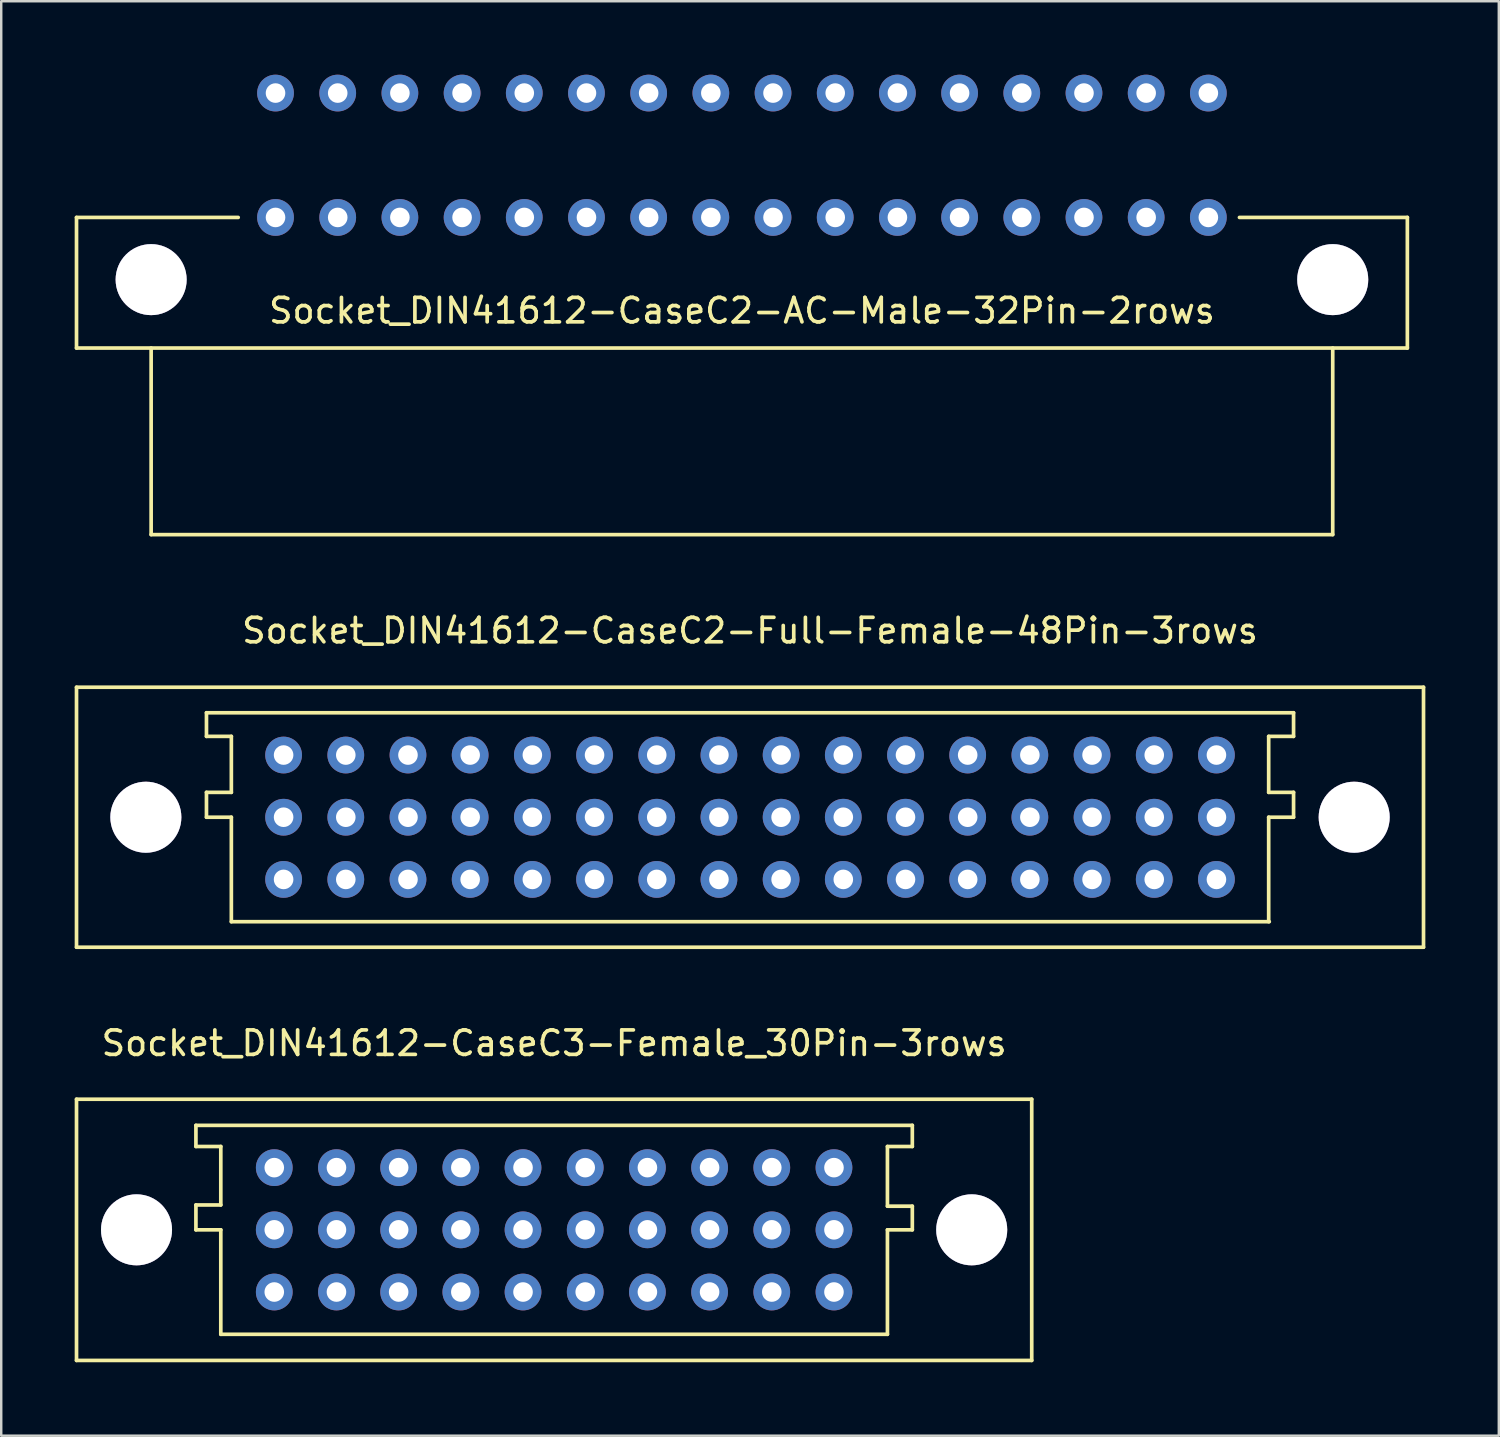
<source format=kicad_pcb>
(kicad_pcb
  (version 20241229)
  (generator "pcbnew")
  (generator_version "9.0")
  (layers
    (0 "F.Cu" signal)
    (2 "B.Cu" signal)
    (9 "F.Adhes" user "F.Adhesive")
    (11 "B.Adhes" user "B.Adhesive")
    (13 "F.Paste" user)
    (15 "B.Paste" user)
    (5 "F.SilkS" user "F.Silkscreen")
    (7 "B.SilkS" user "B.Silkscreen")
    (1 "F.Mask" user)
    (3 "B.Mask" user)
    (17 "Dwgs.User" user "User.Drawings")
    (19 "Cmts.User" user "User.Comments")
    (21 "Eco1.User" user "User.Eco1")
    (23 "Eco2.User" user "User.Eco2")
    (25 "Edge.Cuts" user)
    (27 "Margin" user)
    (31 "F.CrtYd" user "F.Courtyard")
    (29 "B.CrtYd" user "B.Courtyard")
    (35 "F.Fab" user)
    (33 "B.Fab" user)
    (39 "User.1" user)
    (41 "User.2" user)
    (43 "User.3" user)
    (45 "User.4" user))
  (footprint "Socket_DIN41612-CaseC2-Full-Female-48Pin-3rows"
    (layer "F.Cu")
    (at 27.583 30.328)
    (property "Reference" "Socket_DIN41612-CaseC2-Full-Female-48Pin-3rows" (at 0 -7.62 0) (layer "F.SilkS") (effects (font (size 1 1) (thickness 0.15))))
    (attr through_hole)
    (fp_line (start -27.508 -5.309) (end -27.508 5.309) (stroke (width 0.15) (type solid)) (layer "F.SilkS"))
    (fp_line (start -27.508 5.309) (end 27.508 5.309) (stroke (width 0.15) (type solid)) (layer "F.SilkS"))
    (fp_line (start -22.2 -3.302) (end -22.2 -4.267) (stroke (width 0.15) (type solid)) (layer "F.SilkS"))
    (fp_line (start -22.2 -1.016) (end -21.184 -1.016) (stroke (width 0.15) (type solid)) (layer "F.SilkS"))
    (fp_line (start -22.2 0) (end -22.2 -1.016) (stroke (width 0.15) (type solid)) (layer "F.SilkS"))
    (fp_line (start -21.184 -3.302) (end -22.2 -3.302) (stroke (width 0.15) (type solid)) (layer "F.SilkS"))
    (fp_line (start -21.184 -1.016) (end -21.184 -3.302) (stroke (width 0.15) (type solid)) (layer "F.SilkS"))
    (fp_line (start -21.184 0) (end -22.2 0) (stroke (width 0.15) (type solid)) (layer "F.SilkS"))
    (fp_line (start -21.184 4.267) (end -21.184 0) (stroke (width 0.15) (type solid)) (layer "F.SilkS"))
    (fp_line (start 21.184 -3.302) (end 22.2 -3.302) (stroke (width 0.15) (type solid)) (layer "F.SilkS"))
    (fp_line (start 21.184 -1.016) (end 21.184 -3.302) (stroke (width 0.15) (type solid)) (layer "F.SilkS"))
    (fp_line (start 21.184 0) (end 22.2 0) (stroke (width 0.15) (type solid)) (layer "F.SilkS"))
    (fp_line (start 21.184 4.267) (end 21.184 0) (stroke (width 0.15) (type solid)) (layer "F.SilkS"))
    (fp_line (start 21.209 4.267) (end -21.184 4.267) (stroke (width 0.15) (type solid)) (layer "F.SilkS"))
    (fp_line (start 22.2 -4.267) (end -22.2 -4.267) (stroke (width 0.15) (type solid)) (layer "F.SilkS"))
    (fp_line (start 22.2 -3.302) (end 22.2 -4.267) (stroke (width 0.15) (type solid)) (layer "F.SilkS"))
    (fp_line (start 22.2 -1.016) (end 21.184 -1.016) (stroke (width 0.15) (type solid)) (layer "F.SilkS"))
    (fp_line (start 22.2 0) (end 22.2 -1.016) (stroke (width 0.15) (type solid)) (layer "F.SilkS"))
    (fp_line (start 27.508 -5.309) (end -27.508 -5.309) (stroke (width 0.15) (type solid)) (layer "F.SilkS"))
    (fp_line (start 27.508 5.309) (end 27.508 -5.309) (stroke (width 0.15) (type solid)) (layer "F.SilkS"))
    (pad "1" thru_hole circle (at -24.676 0) (size 2.901 2.901) (drill 2.901) (layers "*.Cu" "*.Mask"))
    (pad "1" thru_hole circle (at 24.676 0) (size 2.901 2.901) (drill 2.901) (layers "*.Cu" "*.Mask"))
    (pad "1a" thru_hole circle (at 19.05 -2.54 180) (size 1.501 1.501) (drill 0.8) (layers "*.Cu" "*.Mask"))
    (pad "1b" thru_hole circle (at 19.05 0 180) (size 1.501 1.501) (drill 0.8) (layers "*.Cu" "*.Mask"))
    (pad "1c" thru_hole circle (at 19.05 2.54 180) (size 1.501 1.501) (drill 0.8) (layers "*.Cu" "*.Mask"))
    (pad "2a" thru_hole circle (at 16.51 -2.54 180) (size 1.501 1.501) (drill 0.8) (layers "*.Cu" "*.Mask"))
    (pad "2b" thru_hole circle (at 16.51 0 180) (size 1.501 1.501) (drill 0.8) (layers "*.Cu" "*.Mask"))
    (pad "2c" thru_hole circle (at 16.51 2.54 180) (size 1.501 1.501) (drill 0.8) (layers "*.Cu" "*.Mask"))
    (pad "3a" thru_hole circle (at 13.97 -2.54 180) (size 1.501 1.501) (drill 0.8) (layers "*.Cu" "*.Mask"))
    (pad "3b" thru_hole circle (at 13.97 0 180) (size 1.501 1.501) (drill 0.8) (layers "*.Cu" "*.Mask"))
    (pad "3c" thru_hole circle (at 13.97 2.54 180) (size 1.501 1.501) (drill 0.8) (layers "*.Cu" "*.Mask"))
    (pad "4a" thru_hole circle (at 11.43 -2.54 180) (size 1.501 1.501) (drill 0.8) (layers "*.Cu" "*.Mask"))
    (pad "4b" thru_hole circle (at 11.43 0 180) (size 1.501 1.501) (drill 0.8) (layers "*.Cu" "*.Mask"))
    (pad "4c" thru_hole circle (at 11.43 2.54 180) (size 1.501 1.501) (drill 0.8) (layers "*.Cu" "*.Mask"))
    (pad "5a" thru_hole circle (at 8.89 -2.54 180) (size 1.501 1.501) (drill 0.8) (layers "*.Cu" "*.Mask"))
    (pad "5b" thru_hole circle (at 8.89 0 180) (size 1.501 1.501) (drill 0.8) (layers "*.Cu" "*.Mask"))
    (pad "5c" thru_hole circle (at 8.89 2.54 180) (size 1.501 1.501) (drill 0.8) (layers "*.Cu" "*.Mask"))
    (pad "6a" thru_hole circle (at 6.35 -2.54 180) (size 1.501 1.501) (drill 0.8) (layers "*.Cu" "*.Mask"))
    (pad "6b" thru_hole circle (at 6.35 0 180) (size 1.501 1.501) (drill 0.8) (layers "*.Cu" "*.Mask"))
    (pad "6c" thru_hole circle (at 6.35 2.54 180) (size 1.501 1.501) (drill 0.8) (layers "*.Cu" "*.Mask"))
    (pad "7a" thru_hole circle (at 3.81 -2.54 180) (size 1.501 1.501) (drill 0.8) (layers "*.Cu" "*.Mask"))
    (pad "7b" thru_hole circle (at 3.81 0 180) (size 1.501 1.501) (drill 0.8) (layers "*.Cu" "*.Mask"))
    (pad "7c" thru_hole circle (at 3.81 2.54 180) (size 1.501 1.501) (drill 0.8) (layers "*.Cu" "*.Mask"))
    (pad "8a" thru_hole circle (at 1.27 -2.54 180) (size 1.501 1.501) (drill 0.8) (layers "*.Cu" "*.Mask"))
    (pad "8b" thru_hole circle (at 1.27 0 180) (size 1.501 1.501) (drill 0.8) (layers "*.Cu" "*.Mask"))
    (pad "8c" thru_hole circle (at 1.27 2.54 180) (size 1.501 1.501) (drill 0.8) (layers "*.Cu" "*.Mask"))
    (pad "9a" thru_hole circle (at -1.27 -2.54 180) (size 1.501 1.501) (drill 0.8) (layers "*.Cu" "*.Mask"))
    (pad "9b" thru_hole circle (at -1.27 0 180) (size 1.501 1.501) (drill 0.8) (layers "*.Cu" "*.Mask"))
    (pad "9c" thru_hole circle (at -1.27 2.54 180) (size 1.501 1.501) (drill 0.8) (layers "*.Cu" "*.Mask"))
    (pad "10a" thru_hole circle (at -3.81 -2.54 180) (size 1.501 1.501) (drill 0.8) (layers "*.Cu" "*.Mask"))
    (pad "10b" thru_hole circle (at -3.81 0 180) (size 1.501 1.501) (drill 0.8) (layers "*.Cu" "*.Mask"))
    (pad "10c" thru_hole circle (at -3.81 2.54 180) (size 1.501 1.501) (drill 0.8) (layers "*.Cu" "*.Mask"))
    (pad "11a" thru_hole circle (at -6.35 -2.54 180) (size 1.501 1.501) (drill 0.8) (layers "*.Cu" "*.Mask"))
    (pad "11b" thru_hole circle (at -6.35 0 180) (size 1.501 1.501) (drill 0.8) (layers "*.Cu" "*.Mask"))
    (pad "11c" thru_hole circle (at -6.35 2.54 180) (size 1.501 1.501) (drill 0.8) (layers "*.Cu" "*.Mask"))
    (pad "12a" thru_hole circle (at -8.89 -2.54 180) (size 1.501 1.501) (drill 0.8) (layers "*.Cu" "*.Mask"))
    (pad "12b" thru_hole circle (at -8.89 0 180) (size 1.501 1.501) (drill 0.8) (layers "*.Cu" "*.Mask"))
    (pad "12c" thru_hole circle (at -8.89 2.54 180) (size 1.501 1.501) (drill 0.8) (layers "*.Cu" "*.Mask"))
    (pad "13a" thru_hole circle (at -11.43 -2.54 180) (size 1.501 1.501) (drill 0.8) (layers "*.Cu" "*.Mask"))
    (pad "13b" thru_hole circle (at -11.43 0 180) (size 1.501 1.501) (drill 0.8) (layers "*.Cu" "*.Mask"))
    (pad "13c" thru_hole circle (at -11.43 2.54 180) (size 1.501 1.501) (drill 0.8) (layers "*.Cu" "*.Mask"))
    (pad "14a" thru_hole circle (at -13.97 -2.54 180) (size 1.501 1.501) (drill 0.8) (layers "*.Cu" "*.Mask"))
    (pad "14b" thru_hole circle (at -13.97 0 180) (size 1.501 1.501) (drill 0.8) (layers "*.Cu" "*.Mask"))
    (pad "14c" thru_hole circle (at -13.97 2.54 180) (size 1.501 1.501) (drill 0.8) (layers "*.Cu" "*.Mask"))
    (pad "15a" thru_hole circle (at -16.51 -2.54 180) (size 1.501 1.501) (drill 0.8) (layers "*.Cu" "*.Mask"))
    (pad "15b" thru_hole circle (at -16.51 0 180) (size 1.501 1.501) (drill 0.8) (layers "*.Cu" "*.Mask"))
    (pad "15c" thru_hole circle (at -16.51 2.54 180) (size 1.501 1.501) (drill 0.8) (layers "*.Cu" "*.Mask"))
    (pad "16a" thru_hole circle (at -19.05 -2.54 180) (size 1.501 1.501) (drill 0.8) (layers "*.Cu" "*.Mask"))
    (pad "16b" thru_hole circle (at -19.05 0 180) (size 1.501 1.501) (drill 0.8) (layers "*.Cu" "*.Mask"))
    (pad "16c" thru_hole circle (at -19.05 2.54 180) (size 1.501 1.501) (drill 0.8) (layers "*.Cu" "*.Mask")))
  (footprint "Socket_DIN41612-CaseC3-Female_30Pin-3rows"
    (layer "F.Cu")
    (at 19.582 47.18)
    (property "Reference" "Socket_DIN41612-CaseC3-Female_30Pin-3rows" (at 0 -7.62 0) (layer "F.SilkS") (effects (font (size 1 1) (thickness 0.15))))
    (attr through_hole)
    (fp_line (start -19.507 -5.334) (end -19.507 5.334) (stroke (width 0.15) (type solid)) (layer "F.SilkS"))
    (fp_line (start -19.507 5.334) (end 19.507 5.334) (stroke (width 0.15) (type solid)) (layer "F.SilkS"))
    (fp_line (start -14.63 -3.404) (end -14.63 -4.267) (stroke (width 0.15) (type solid)) (layer "F.SilkS"))
    (fp_line (start -14.63 -1.016) (end -13.614 -1.016) (stroke (width 0.15) (type solid)) (layer "F.SilkS"))
    (fp_line (start -14.63 0) (end -14.63 -1.016) (stroke (width 0.15) (type solid)) (layer "F.SilkS"))
    (fp_line (start -13.614 -3.404) (end -14.63 -3.404) (stroke (width 0.15) (type solid)) (layer "F.SilkS"))
    (fp_line (start -13.614 -1.016) (end -13.614 -3.404) (stroke (width 0.15) (type solid)) (layer "F.SilkS"))
    (fp_line (start -13.614 0) (end -14.63 0) (stroke (width 0.15) (type solid)) (layer "F.SilkS"))
    (fp_line (start -13.614 4.267) (end -13.614 0) (stroke (width 0.15) (type solid)) (layer "F.SilkS"))
    (fp_line (start -13.614 4.267) (end 13.614 4.267) (stroke (width 0.15) (type solid)) (layer "F.SilkS"))
    (fp_line (start 13.614 -3.404) (end 14.63 -3.404) (stroke (width 0.15) (type solid)) (layer "F.SilkS"))
    (fp_line (start 13.614 -0.965) (end 13.614 -3.404) (stroke (width 0.15) (type solid)) (layer "F.SilkS"))
    (fp_line (start 13.614 0) (end 14.63 0) (stroke (width 0.15) (type solid)) (layer "F.SilkS"))
    (fp_line (start 13.614 4.267) (end 13.614 0) (stroke (width 0.15) (type solid)) (layer "F.SilkS"))
    (fp_line (start 14.63 -4.267) (end -14.63 -4.267) (stroke (width 0.15) (type solid)) (layer "F.SilkS"))
    (fp_line (start 14.63 -3.404) (end 14.63 -4.267) (stroke (width 0.15) (type solid)) (layer "F.SilkS"))
    (fp_line (start 14.63 -0.965) (end 13.614 -0.965) (stroke (width 0.15) (type solid)) (layer "F.SilkS"))
    (fp_line (start 14.63 0) (end 14.63 -0.965) (stroke (width 0.15) (type solid)) (layer "F.SilkS"))
    (fp_line (start 19.507 -5.334) (end -19.507 -5.334) (stroke (width 0.15) (type solid)) (layer "F.SilkS"))
    (fp_line (start 19.507 5.334) (end 19.507 -5.334) (stroke (width 0.15) (type solid)) (layer "F.SilkS"))
    (pad "1" thru_hole circle (at -17.056 0) (size 2.901 2.901) (drill 2.901) (layers "*.Cu" "*.Mask"))
    (pad "1" thru_hole circle (at 17.056 0) (size 2.901 2.901) (drill 2.901) (layers "*.Cu" "*.Mask"))
    (pad "1a" thru_hole circle (at 11.43 -2.54 180) (size 1.501 1.501) (drill 0.8) (layers "*.Cu" "*.Mask"))
    (pad "1b" thru_hole circle (at 11.43 0 180) (size 1.501 1.501) (drill 0.8) (layers "*.Cu" "*.Mask"))
    (pad "1c" thru_hole circle (at 11.43 2.54 180) (size 1.501 1.501) (drill 0.8) (layers "*.Cu" "*.Mask"))
    (pad "2a" thru_hole circle (at 8.89 -2.54 180) (size 1.501 1.501) (drill 0.8) (layers "*.Cu" "*.Mask"))
    (pad "2b" thru_hole circle (at 8.89 0 180) (size 1.501 1.501) (drill 0.8) (layers "*.Cu" "*.Mask"))
    (pad "2c" thru_hole circle (at 8.89 2.54 180) (size 1.501 1.501) (drill 0.8) (layers "*.Cu" "*.Mask"))
    (pad "3a" thru_hole circle (at 6.35 -2.54 180) (size 1.501 1.501) (drill 0.8) (layers "*.Cu" "*.Mask"))
    (pad "3b" thru_hole circle (at 6.35 0 180) (size 1.501 1.501) (drill 0.8) (layers "*.Cu" "*.Mask"))
    (pad "3c" thru_hole circle (at 6.35 2.54 180) (size 1.501 1.501) (drill 0.8) (layers "*.Cu" "*.Mask"))
    (pad "4a" thru_hole circle (at 3.81 -2.54 180) (size 1.501 1.501) (drill 0.8) (layers "*.Cu" "*.Mask"))
    (pad "4b" thru_hole circle (at 3.81 0 180) (size 1.501 1.501) (drill 0.8) (layers "*.Cu" "*.Mask"))
    (pad "4c" thru_hole circle (at 3.81 2.54 180) (size 1.501 1.501) (drill 0.8) (layers "*.Cu" "*.Mask"))
    (pad "5a" thru_hole circle (at 1.27 -2.54 180) (size 1.501 1.501) (drill 0.8) (layers "*.Cu" "*.Mask"))
    (pad "5b" thru_hole circle (at 1.27 0 180) (size 1.501 1.501) (drill 0.8) (layers "*.Cu" "*.Mask"))
    (pad "5c" thru_hole circle (at 1.27 2.54 180) (size 1.501 1.501) (drill 0.8) (layers "*.Cu" "*.Mask"))
    (pad "6a" thru_hole circle (at -1.27 -2.54 180) (size 1.501 1.501) (drill 0.8) (layers "*.Cu" "*.Mask"))
    (pad "6b" thru_hole circle (at -1.27 0 180) (size 1.501 1.501) (drill 0.8) (layers "*.Cu" "*.Mask"))
    (pad "6c" thru_hole circle (at -1.27 2.54 180) (size 1.501 1.501) (drill 0.8) (layers "*.Cu" "*.Mask"))
    (pad "7a" thru_hole circle (at -3.81 -2.54 180) (size 1.501 1.501) (drill 0.8) (layers "*.Cu" "*.Mask"))
    (pad "7b" thru_hole circle (at -3.81 0 180) (size 1.501 1.501) (drill 0.8) (layers "*.Cu" "*.Mask"))
    (pad "7c" thru_hole circle (at -3.81 2.54 180) (size 1.501 1.501) (drill 0.8) (layers "*.Cu" "*.Mask"))
    (pad "8a" thru_hole circle (at -6.35 -2.54 180) (size 1.501 1.501) (drill 0.8) (layers "*.Cu" "*.Mask"))
    (pad "8b" thru_hole circle (at -6.35 0 180) (size 1.501 1.501) (drill 0.8) (layers "*.Cu" "*.Mask"))
    (pad "8c" thru_hole circle (at -6.35 2.54 180) (size 1.501 1.501) (drill 0.8) (layers "*.Cu" "*.Mask"))
    (pad "9a" thru_hole circle (at -8.89 -2.54 180) (size 1.501 1.501) (drill 0.8) (layers "*.Cu" "*.Mask"))
    (pad "9b" thru_hole circle (at -8.89 0 180) (size 1.501 1.501) (drill 0.8) (layers "*.Cu" "*.Mask"))
    (pad "9c" thru_hole circle (at -8.89 2.54 180) (size 1.501 1.501) (drill 0.8) (layers "*.Cu" "*.Mask"))
    (pad "10a" thru_hole circle (at -11.43 -2.54 180) (size 1.501 1.501) (drill 0.8) (layers "*.Cu" "*.Mask"))
    (pad "10b" thru_hole circle (at -11.43 0 180) (size 1.501 1.501) (drill 0.8) (layers "*.Cu" "*.Mask"))
    (pad "10c" thru_hole circle (at -11.43 2.54 180) (size 1.501 1.501) (drill 0.8) (layers "*.Cu" "*.Mask")))
  (footprint "Socket_DIN41612-CaseC2-AC-Male-32Pin-2rows"
    (layer "F.Cu")
    (at 27.253 3.291)
    (property "Reference" "Socket_DIN41612-CaseC2-AC-Male-32Pin-2rows" (at 0 6.35 0) (layer "F.SilkS") (effects (font (size 1 1) (thickness 0.15))))
    (attr through_hole)
    (fp_line (start -27.178 2.54) (end -20.574 2.54) (stroke (width 0.15) (type solid)) (layer "F.SilkS"))
    (fp_line (start -27.178 7.874) (end -27.178 2.54) (stroke (width 0.15) (type solid)) (layer "F.SilkS"))
    (fp_line (start -24.13 15.494) (end -24.13 7.874) (stroke (width 0.15) (type solid)) (layer "F.SilkS"))
    (fp_line (start 24.13 7.874) (end 24.13 15.494) (stroke (width 0.15) (type solid)) (layer "F.SilkS"))
    (fp_line (start 24.13 15.494) (end -24.13 15.494) (stroke (width 0.15) (type solid)) (layer "F.SilkS"))
    (fp_line (start 27.178 2.54) (end 20.32 2.54) (stroke (width 0.15) (type solid)) (layer "F.SilkS"))
    (fp_line (start 27.178 2.54) (end 27.178 7.874) (stroke (width 0.15) (type solid)) (layer "F.SilkS"))
    (fp_line (start 27.178 7.874) (end -27.178 7.874) (stroke (width 0.15) (type solid)) (layer "F.SilkS"))
    (pad "1" thru_hole circle (at -24.13 5.08) (size 2.901 2.901) (drill 2.901) (layers "*.Cu" "*.Mask"))
    (pad "1" thru_hole circle (at 24.13 5.08) (size 2.901 2.901) (drill 2.901) (layers "*.Cu" "*.Mask"))
    (pad "1a" thru_hole circle (at 19.05 -2.54 180) (size 1.501 1.501) (drill 0.8) (layers "*.Cu" "*.Mask"))
    (pad "1c" thru_hole circle (at 19.05 2.54 180) (size 1.501 1.501) (drill 0.8) (layers "*.Cu" "*.Mask"))
    (pad "2a" thru_hole circle (at 16.51 -2.54 180) (size 1.501 1.501) (drill 0.8) (layers "*.Cu" "*.Mask"))
    (pad "2c" thru_hole circle (at 16.51 2.54 180) (size 1.501 1.501) (drill 0.8) (layers "*.Cu" "*.Mask"))
    (pad "3a" thru_hole circle (at 13.97 -2.54 180) (size 1.501 1.501) (drill 0.8) (layers "*.Cu" "*.Mask"))
    (pad "3c" thru_hole circle (at 13.97 2.54 180) (size 1.501 1.501) (drill 0.8) (layers "*.Cu" "*.Mask"))
    (pad "4a" thru_hole circle (at 11.43 -2.54 180) (size 1.501 1.501) (drill 0.8) (layers "*.Cu" "*.Mask"))
    (pad "4c" thru_hole circle (at 11.43 2.54 180) (size 1.501 1.501) (drill 0.8) (layers "*.Cu" "*.Mask"))
    (pad "5a" thru_hole circle (at 8.89 -2.54 180) (size 1.501 1.501) (drill 0.8) (layers "*.Cu" "*.Mask"))
    (pad "5c" thru_hole circle (at 8.89 2.54 180) (size 1.501 1.501) (drill 0.8) (layers "*.Cu" "*.Mask"))
    (pad "6a" thru_hole circle (at 6.35 -2.54 180) (size 1.501 1.501) (drill 0.8) (layers "*.Cu" "*.Mask"))
    (pad "6c" thru_hole circle (at 6.35 2.54 180) (size 1.501 1.501) (drill 0.8) (layers "*.Cu" "*.Mask"))
    (pad "7a" thru_hole circle (at 3.81 -2.54 180) (size 1.501 1.501) (drill 0.8) (layers "*.Cu" "*.Mask"))
    (pad "7c" thru_hole circle (at 3.81 2.54 180) (size 1.501 1.501) (drill 0.8) (layers "*.Cu" "*.Mask"))
    (pad "8a" thru_hole circle (at 1.27 -2.54 180) (size 1.501 1.501) (drill 0.8) (layers "*.Cu" "*.Mask"))
    (pad "8c" thru_hole circle (at 1.27 2.54 180) (size 1.501 1.501) (drill 0.8) (layers "*.Cu" "*.Mask"))
    (pad "9a" thru_hole circle (at -1.27 -2.54 180) (size 1.501 1.501) (drill 0.8) (layers "*.Cu" "*.Mask"))
    (pad "9c" thru_hole circle (at -1.27 2.54 180) (size 1.501 1.501) (drill 0.8) (layers "*.Cu" "*.Mask"))
    (pad "10a" thru_hole circle (at -3.81 -2.54 180) (size 1.501 1.501) (drill 0.8) (layers "*.Cu" "*.Mask"))
    (pad "10c" thru_hole circle (at -3.81 2.54 180) (size 1.501 1.501) (drill 0.8) (layers "*.Cu" "*.Mask"))
    (pad "11a" thru_hole circle (at -6.35 -2.54 180) (size 1.501 1.501) (drill 0.8) (layers "*.Cu" "*.Mask"))
    (pad "11c" thru_hole circle (at -6.35 2.54 180) (size 1.501 1.501) (drill 0.8) (layers "*.Cu" "*.Mask"))
    (pad "12a" thru_hole circle (at -8.89 -2.54 180) (size 1.501 1.501) (drill 0.8) (layers "*.Cu" "*.Mask"))
    (pad "12c" thru_hole circle (at -8.89 2.54 180) (size 1.501 1.501) (drill 0.8) (layers "*.Cu" "*.Mask"))
    (pad "13a" thru_hole circle (at -11.43 -2.54 180) (size 1.501 1.501) (drill 0.8) (layers "*.Cu" "*.Mask"))
    (pad "13c" thru_hole circle (at -11.43 2.54 180) (size 1.501 1.501) (drill 0.8) (layers "*.Cu" "*.Mask"))
    (pad "14a" thru_hole circle (at -13.97 -2.54 180) (size 1.501 1.501) (drill 0.8) (layers "*.Cu" "*.Mask"))
    (pad "14c" thru_hole circle (at -13.97 2.54 180) (size 1.501 1.501) (drill 0.8) (layers "*.Cu" "*.Mask"))
    (pad "15a" thru_hole circle (at -16.51 -2.54 180) (size 1.501 1.501) (drill 0.8) (layers "*.Cu" "*.Mask"))
    (pad "15c" thru_hole circle (at -16.51 2.54 180) (size 1.501 1.501) (drill 0.8) (layers "*.Cu" "*.Mask"))
    (pad "16a" thru_hole circle (at -19.05 -2.54 180) (size 1.501 1.501) (drill 0.8) (layers "*.Cu" "*.Mask"))
    (pad "16c" thru_hole circle (at -19.05 2.54 180) (size 1.501 1.501) (drill 0.8) (layers "*.Cu" "*.Mask")))
  (gr_rect
    (start -3 -3)
    (end 58.166 55.589)
    (stroke (width 0.1) (type default))
    (fill no)
    (layer "Edge.Cuts")))
</source>
